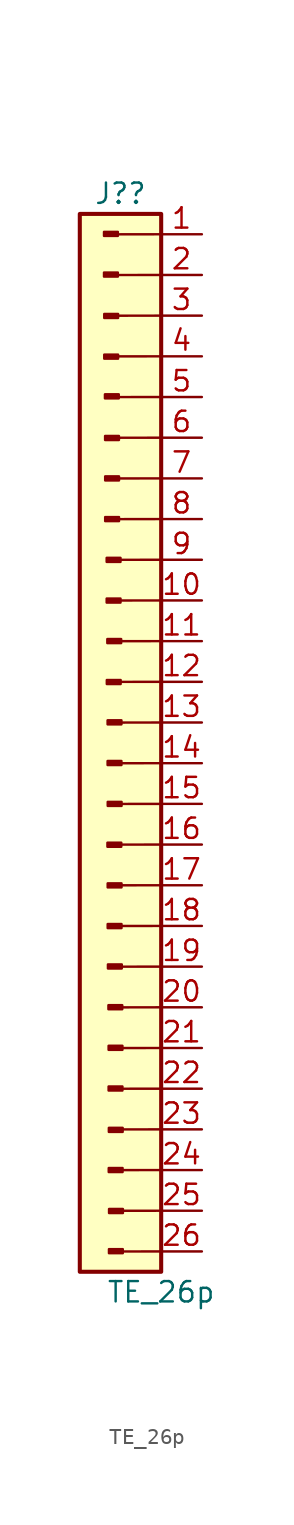
<source format=kicad_sym>
(kicad_symbol_lib
  (version 20211014)
  (generator kicad_symbol_editor)
  (symbol "TE_26p"
    (property "Reference" "J?"
      (at -2.54 2.54 0)
      (effects (font (size 1.27 1.27))))
    (property "Value" "TE_26p"
      (at 0 -66.04 0)
      (effects (font (size 1.27 1.27))))
    (symbol "TE_26p_0_1"
      (rectangle (start -5.08 1.27) (end 0 -64.77) (stroke (width 0.254) (type default) (color 0 0 0 0)) (fill (type background)))
      (polyline (pts (xy 0 -63.5) (xy -2.64 -63.503)) (stroke (width 0) (type default) (color 0 0 0 0)) (fill (type none)))
      (polyline (pts (xy 0 -60.96) (xy -2.64 -60.963)) (stroke (width 0) (type default) (color 0 0 0 0)) (fill (type none)))
      (polyline (pts (xy 0 -58.42) (xy -2.64 -58.423)) (stroke (width 0) (type default) (color 0 0 0 0)) (fill (type none)))
      (polyline (pts (xy 0 -55.88) (xy -2.64 -55.883)) (stroke (width 0) (type default) (color 0 0 0 0)) (fill (type none)))
      (polyline (pts (xy 0 -53.34) (xy -2.64 -53.343)) (stroke (width 0) (type default) (color 0 0 0 0)) (fill (type none)))
      (polyline (pts (xy 0 -50.8) (xy -2.64 -50.803)) (stroke (width 0) (type default) (color 0 0 0 0)) (fill (type none)))
      (polyline (pts (xy 0 -48.26) (xy -2.64 -48.263)) (stroke (width 0) (type default) (color 0 0 0 0)) (fill (type none)))
      (polyline (pts (xy 0 -45.72) (xy -2.64 -45.723)) (stroke (width 0) (type default) (color 0 0 0 0)) (fill (type none)))
      (polyline (pts (xy 0 -43.18) (xy -2.64 -43.183)) (stroke (width 0) (type default) (color 0 0 0 0)) (fill (type none)))
      (polyline (pts (xy 0 -40.64) (xy -2.64 -40.643)) (stroke (width 0) (type default) (color 0 0 0 0)) (fill (type none)))
      (polyline (pts (xy 0 -38.1) (xy -2.64 -38.103)) (stroke (width 0) (type default) (color 0 0 0 0)) (fill (type none)))
      (polyline (pts (xy 0 -35.56) (xy -2.64 -35.563)) (stroke (width 0) (type default) (color 0 0 0 0)) (fill (type none)))
      (polyline (pts (xy 0 -33.02) (xy -2.64 -33.023)) (stroke (width 0) (type default) (color 0 0 0 0)) (fill (type none)))
      (polyline (pts (xy 0 -30.48) (xy -2.64 -30.483)) (stroke (width 0) (type default) (color 0 0 0 0)) (fill (type none)))
      (polyline (pts (xy 0 -27.94) (xy -2.64 -27.943)) (stroke (width 0) (type default) (color 0 0 0 0)) (fill (type none)))
      (polyline (pts (xy 0 -25.4) (xy -2.64 -25.403)) (stroke (width 0) (type default) (color 0 0 0 0)) (fill (type none)))
      (polyline (pts (xy 0 -22.86) (xy -2.64 -22.863)) (stroke (width 0) (type default) (color 0 0 0 0)) (fill (type none)))
      (polyline (pts (xy 0 -20.32) (xy -2.64 -20.323)) (stroke (width 0) (type default) (color 0 0 0 0)) (fill (type none)))
      (polyline (pts (xy 0 -17.78) (xy -2.64 -17.783)) (stroke (width 0) (type default) (color 0 0 0 0)) (fill (type none)))
      (polyline (pts (xy 0 -15.24) (xy -2.64 -15.243)) (stroke (width 0) (type default) (color 0 0 0 0)) (fill (type none)))
      (polyline (pts (xy 0 -12.7) (xy -2.64 -12.703)) (stroke (width 0) (type default) (color 0 0 0 0)) (fill (type none)))
      (polyline (pts (xy 0 -10.16) (xy -2.64 -10.163)) (stroke (width 0) (type default) (color 0 0 0 0)) (fill (type none)))
      (polyline (pts (xy 0 -7.62) (xy -2.64 -7.623)) (stroke (width 0) (type default) (color 0 0 0 0)) (fill (type none)))
      (polyline (pts (xy 0 -5.08) (xy -2.64 -5.083)) (stroke (width 0) (type default) (color 0 0 0 0)) (fill (type none)))
      (polyline (pts (xy 0 -2.54) (xy -2.64 -2.543)) (stroke (width 0) (type default) (color 0 0 0 0)) (fill (type none)))
      (polyline (pts (xy 0 0) (xy -2.64 -0.003)) (stroke (width 0) (type default) (color 0 0 0 0)) (fill (type none))))
    (symbol "TE_26p_1_1"
      (rectangle (start -2.705 -2.389) (end -3.569 -2.643) (stroke (width 0.152) (type default) (color 0 0 0 0)) (fill (type outline)))
      (rectangle (start -2.705 0.15) (end -3.569 -0.103) (stroke (width 0.152) (type default) (color 0 0 0 0)) (fill (type outline)))
      (rectangle (start -2.691 -7.513) (end -3.554 -7.766) (stroke (width 0.152) (type default) (color 0 0 0 0)) (fill (type outline)))
      (rectangle (start -2.691 -4.973) (end -3.554 -5.226) (stroke (width 0.152) (type default) (color 0 0 0 0)) (fill (type outline)))
      (rectangle (start -2.648 -9.991) (end -3.511 -10.245) (stroke (width 0.152) (type default) (color 0 0 0 0)) (fill (type outline)))
      (rectangle (start -2.638 -12.591) (end -3.501 -12.845) (stroke (width 0.152) (type default) (color 0 0 0 0)) (fill (type outline)))
      (rectangle (start -2.633 -17.654) (end -3.496 -17.908) (stroke (width 0.152) (type default) (color 0 0 0 0)) (fill (type outline)))
      (rectangle (start -2.633 -15.114) (end -3.496 -15.368) (stroke (width 0.152) (type default) (color 0 0 0 0)) (fill (type outline)))
      (rectangle (start -2.539 -22.74) (end -3.403 -22.994) (stroke (width 0.152) (type default) (color 0 0 0 0)) (fill (type outline)))
      (rectangle (start -2.539 -20.2) (end -3.403 -20.454) (stroke (width 0.152) (type default) (color 0 0 0 0)) (fill (type outline)))
      (rectangle (start -2.53 -27.826) (end -3.394 -28.079) (stroke (width 0.152) (type default) (color 0 0 0 0)) (fill (type outline)))
      (rectangle (start -2.498 -25.27) (end -3.362 -25.524) (stroke (width 0.152) (type default) (color 0 0 0 0)) (fill (type outline)))
      (rectangle (start -2.491 -37.983) (end -3.355 -38.237) (stroke (width 0.152) (type default) (color 0 0 0 0)) (fill (type outline)))
      (rectangle (start -2.481 -32.882) (end -3.345 -33.136) (stroke (width 0.152) (type default) (color 0 0 0 0)) (fill (type outline)))
      (rectangle (start -2.481 -30.342) (end -3.345 -30.596) (stroke (width 0.152) (type default) (color 0 0 0 0)) (fill (type outline)))
      (rectangle (start -2.476 -43.061) (end -3.34 -43.315) (stroke (width 0.152) (type default) (color 0 0 0 0)) (fill (type outline)))
      (rectangle (start -2.476 -40.521) (end -3.34 -40.775) (stroke (width 0.152) (type default) (color 0 0 0 0)) (fill (type outline)))
      (rectangle (start -2.473 -35.434) (end -3.337 -35.688) (stroke (width 0.152) (type default) (color 0 0 0 0)) (fill (type outline)))
      (rectangle (start -2.46 -45.582) (end -3.324 -45.836) (stroke (width 0.152) (type default) (color 0 0 0 0)) (fill (type outline)))
      (rectangle (start -2.43 -48.127) (end -3.293 -48.381) (stroke (width 0.152) (type default) (color 0 0 0 0)) (fill (type outline)))
      (rectangle (start -2.419 -53.202) (end -3.282 -53.456) (stroke (width 0.152) (type default) (color 0 0 0 0)) (fill (type outline)))
      (rectangle (start -2.419 -50.662) (end -3.282 -50.916) (stroke (width 0.152) (type default) (color 0 0 0 0)) (fill (type outline)))
      (rectangle (start -2.41 -58.292) (end -3.274 -58.546) (stroke (width 0.152) (type default) (color 0 0 0 0)) (fill (type outline)))
      (rectangle (start -2.404 -55.785) (end -3.267 -56.039) (stroke (width 0.152) (type default) (color 0 0 0 0)) (fill (type outline)))
      (rectangle (start -2.397 -63.357) (end -3.26 -63.611) (stroke (width 0.152) (type default) (color 0 0 0 0)) (fill (type outline)))
      (rectangle (start -2.39 -60.85) (end -3.254 -61.104) (stroke (width 0.152) (type default) (color 0 0 0 0)) (fill (type outline)))
      (pin bidirectional line (at 2.54 0 180) (length 2.54) (name "" (effects (font (size 1.27 1.27)))) (number "1" (effects (font (size 1.27 1.27)))))
      (pin bidirectional line (at 2.54 -22.86 180) (length 2.54) (name "" (effects (font (size 1.27 1.27)))) (number "10" (effects (font (size 1.27 1.27)))))
      (pin bidirectional line (at 2.54 -25.4 180) (length 2.54) (name "" (effects (font (size 1.27 1.27)))) (number "11" (effects (font (size 1.27 1.27)))))
      (pin bidirectional line (at 2.54 -27.94 180) (length 2.54) (name "" (effects (font (size 1.27 1.27)))) (number "12" (effects (font (size 1.27 1.27)))))
      (pin bidirectional line (at 2.54 -30.48 180) (length 2.54) (name "" (effects (font (size 1.27 1.27)))) (number "13" (effects (font (size 1.27 1.27)))))
      (pin bidirectional line (at 2.54 -33.02 180) (length 2.54) (name "" (effects (font (size 1.27 1.27)))) (number "14" (effects (font (size 1.27 1.27)))))
      (pin bidirectional line (at 2.54 -35.56 180) (length 2.54) (name "" (effects (font (size 1.27 1.27)))) (number "15" (effects (font (size 1.27 1.27)))))
      (pin bidirectional line (at 2.54 -38.1 180) (length 2.54) (name "" (effects (font (size 1.27 1.27)))) (number "16" (effects (font (size 1.27 1.27)))))
      (pin bidirectional line (at 2.54 -40.64 180) (length 2.54) (name "" (effects (font (size 1.27 1.27)))) (number "17" (effects (font (size 1.27 1.27)))))
      (pin bidirectional line (at 2.54 -43.18 180) (length 2.54) (name "" (effects (font (size 1.27 1.27)))) (number "18" (effects (font (size 1.27 1.27)))))
      (pin bidirectional line (at 2.54 -45.72 180) (length 2.54) (name "" (effects (font (size 1.27 1.27)))) (number "19" (effects (font (size 1.27 1.27)))))
      (pin bidirectional line (at 2.54 -2.54 180) (length 2.54) (name "" (effects (font (size 1.27 1.27)))) (number "2" (effects (font (size 1.27 1.27)))))
      (pin bidirectional line (at 2.54 -48.26 180) (length 2.54) (name "" (effects (font (size 1.27 1.27)))) (number "20" (effects (font (size 1.27 1.27)))))
      (pin bidirectional line (at 2.54 -50.8 180) (length 2.54) (name "" (effects (font (size 1.27 1.27)))) (number "21" (effects (font (size 1.27 1.27)))))
      (pin bidirectional line (at 2.54 -53.34 180) (length 2.54) (name "" (effects (font (size 1.27 1.27)))) (number "22" (effects (font (size 1.27 1.27)))))
      (pin bidirectional line (at 2.54 -55.88 180) (length 2.54) (name "" (effects (font (size 1.27 1.27)))) (number "23" (effects (font (size 1.27 1.27)))))
      (pin bidirectional line (at 2.54 -58.42 180) (length 2.54) (name "" (effects (font (size 1.27 1.27)))) (number "24" (effects (font (size 1.27 1.27)))))
      (pin bidirectional line (at 2.54 -60.96 180) (length 2.54) (name "" (effects (font (size 1.27 1.27)))) (number "25" (effects (font (size 1.27 1.27)))))
      (pin bidirectional line (at 2.54 -63.5 180) (length 2.54) (name "" (effects (font (size 1.27 1.27)))) (number "26" (effects (font (size 1.27 1.27)))))
      (pin bidirectional line (at 2.54 -5.08 180) (length 2.54) (name "" (effects (font (size 1.27 1.27)))) (number "3" (effects (font (size 1.27 1.27)))))
      (pin bidirectional line (at 2.54 -7.62 180) (length 2.54) (name "" (effects (font (size 1.27 1.27)))) (number "4" (effects (font (size 1.27 1.27)))))
      (pin bidirectional line (at 2.54 -10.16 180) (length 2.54) (name "" (effects (font (size 1.27 1.27)))) (number "5" (effects (font (size 1.27 1.27)))))
      (pin bidirectional line (at 2.54 -12.7 180) (length 2.54) (name "" (effects (font (size 1.27 1.27)))) (number "6" (effects (font (size 1.27 1.27)))))
      (pin bidirectional line (at 2.54 -15.24 180) (length 2.54) (name "" (effects (font (size 1.27 1.27)))) (number "7" (effects (font (size 1.27 1.27)))))
      (pin bidirectional line (at 2.54 -17.78 180) (length 2.54) (name "" (effects (font (size 1.27 1.27)))) (number "8" (effects (font (size 1.27 1.27)))))
      (pin bidirectional line (at 2.54 -20.32 180) (length 2.54) (name "" (effects (font (size 1.27 1.27)))) (number "9" (effects (font (size 1.27 1.27))))))))
</source>
